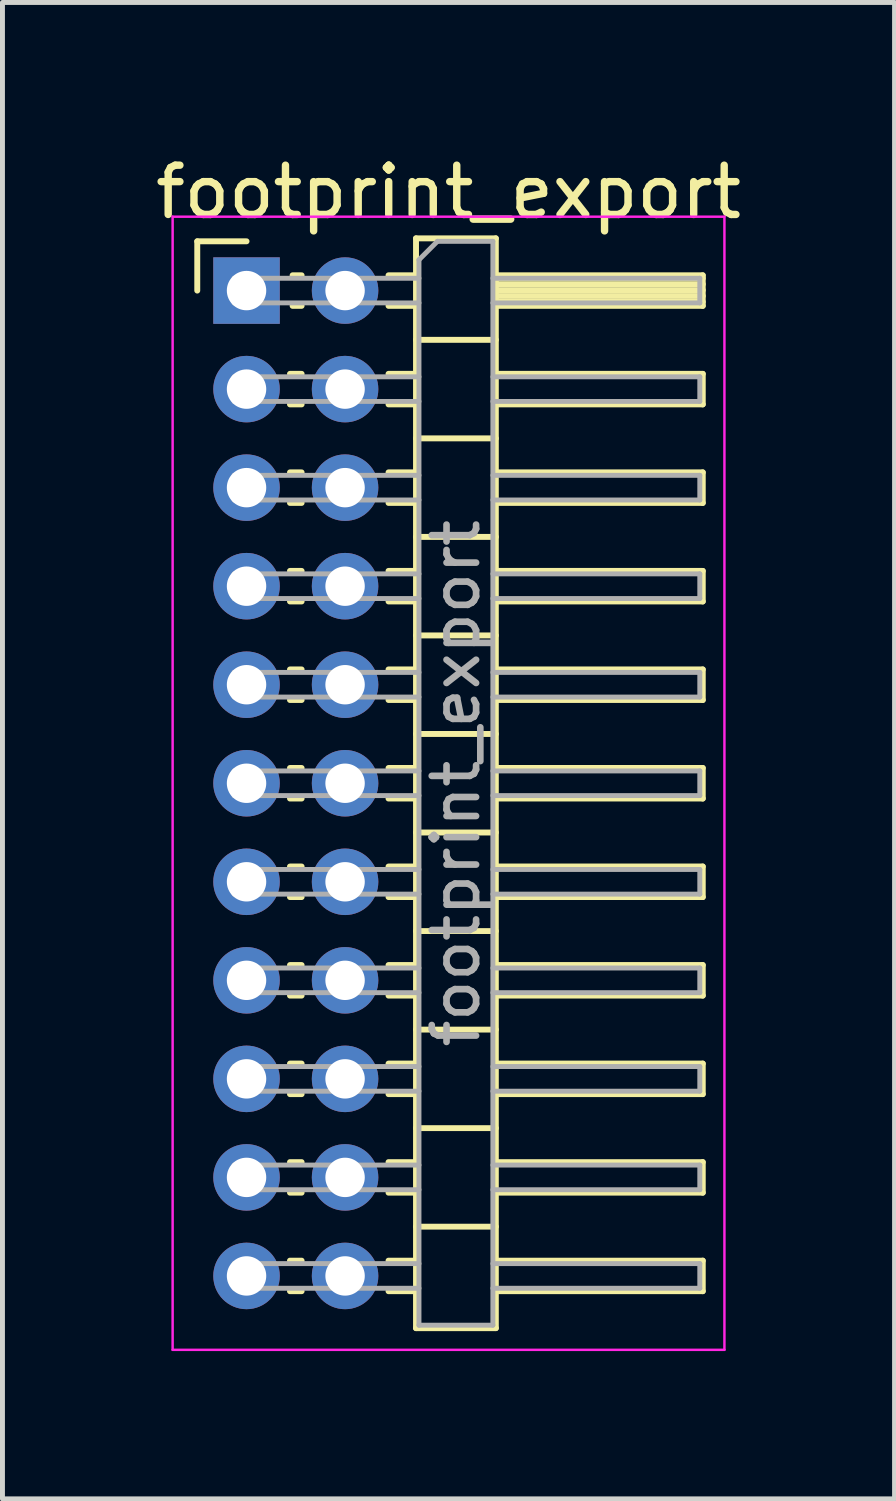
<source format=kicad_pcb>
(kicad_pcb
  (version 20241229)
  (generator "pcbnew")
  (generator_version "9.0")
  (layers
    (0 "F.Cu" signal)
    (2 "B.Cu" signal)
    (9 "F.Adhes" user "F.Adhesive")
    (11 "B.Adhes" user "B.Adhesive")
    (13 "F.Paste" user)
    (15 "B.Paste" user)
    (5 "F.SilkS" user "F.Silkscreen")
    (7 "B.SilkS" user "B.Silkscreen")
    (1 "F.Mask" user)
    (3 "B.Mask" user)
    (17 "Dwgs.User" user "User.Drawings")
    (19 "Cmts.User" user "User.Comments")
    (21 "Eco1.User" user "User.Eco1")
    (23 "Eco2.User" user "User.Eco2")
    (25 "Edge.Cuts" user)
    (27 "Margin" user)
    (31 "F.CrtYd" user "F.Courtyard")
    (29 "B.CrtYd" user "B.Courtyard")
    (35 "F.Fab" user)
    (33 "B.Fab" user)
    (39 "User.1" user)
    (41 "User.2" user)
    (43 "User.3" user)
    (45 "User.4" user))
  (footprint "footprint_export"
    (layer "F.Cu")
    (at 1.954 2.848)
    (property "Reference" "footprint_export" (at 4.1 -2 0) (layer "F.SilkS") (effects (font (size 1 1) (thickness 0.15))))
    (attr through_hole)
    (fp_line (start -1 -1) (end 0 -1) (stroke (width 0.12) (type solid)) (layer "F.SilkS"))
    (fp_line (start -1 0) (end -1 -1) (stroke (width 0.12) (type solid)) (layer "F.SilkS"))
    (fp_line (start 0.882 1.69) (end 1.118 1.69) (stroke (width 0.12) (type solid)) (layer "F.SilkS"))
    (fp_line (start 0.882 2.31) (end 1.118 2.31) (stroke (width 0.12) (type solid)) (layer "F.SilkS"))
    (fp_line (start 0.882 3.69) (end 1.118 3.69) (stroke (width 0.12) (type solid)) (layer "F.SilkS"))
    (fp_line (start 0.882 4.31) (end 1.118 4.31) (stroke (width 0.12) (type solid)) (layer "F.SilkS"))
    (fp_line (start 0.882 5.69) (end 1.118 5.69) (stroke (width 0.12) (type solid)) (layer "F.SilkS"))
    (fp_line (start 0.882 6.31) (end 1.118 6.31) (stroke (width 0.12) (type solid)) (layer "F.SilkS"))
    (fp_line (start 0.882 7.69) (end 1.118 7.69) (stroke (width 0.12) (type solid)) (layer "F.SilkS"))
    (fp_line (start 0.882 8.31) (end 1.118 8.31) (stroke (width 0.12) (type solid)) (layer "F.SilkS"))
    (fp_line (start 0.882 9.69) (end 1.118 9.69) (stroke (width 0.12) (type solid)) (layer "F.SilkS"))
    (fp_line (start 0.882 10.31) (end 1.118 10.31) (stroke (width 0.12) (type solid)) (layer "F.SilkS"))
    (fp_line (start 0.882 11.69) (end 1.118 11.69) (stroke (width 0.12) (type solid)) (layer "F.SilkS"))
    (fp_line (start 0.882 12.31) (end 1.118 12.31) (stroke (width 0.12) (type solid)) (layer "F.SilkS"))
    (fp_line (start 0.882 13.69) (end 1.118 13.69) (stroke (width 0.12) (type solid)) (layer "F.SilkS"))
    (fp_line (start 0.882 14.31) (end 1.118 14.31) (stroke (width 0.12) (type solid)) (layer "F.SilkS"))
    (fp_line (start 0.882 15.69) (end 1.118 15.69) (stroke (width 0.12) (type solid)) (layer "F.SilkS"))
    (fp_line (start 0.882 16.31) (end 1.118 16.31) (stroke (width 0.12) (type solid)) (layer "F.SilkS"))
    (fp_line (start 0.882 17.69) (end 1.118 17.69) (stroke (width 0.12) (type solid)) (layer "F.SilkS"))
    (fp_line (start 0.882 18.31) (end 1.118 18.31) (stroke (width 0.12) (type solid)) (layer "F.SilkS"))
    (fp_line (start 0.882 19.69) (end 1.118 19.69) (stroke (width 0.12) (type solid)) (layer "F.SilkS"))
    (fp_line (start 0.882 20.31) (end 1.118 20.31) (stroke (width 0.12) (type solid)) (layer "F.SilkS"))
    (fp_line (start 0.935 -0.31) (end 1.118 -0.31) (stroke (width 0.12) (type solid)) (layer "F.SilkS"))
    (fp_line (start 0.935 0.31) (end 1.118 0.31) (stroke (width 0.12) (type solid)) (layer "F.SilkS"))
    (fp_line (start 2.882 -0.31) (end 3.44 -0.31) (stroke (width 0.12) (type solid)) (layer "F.SilkS"))
    (fp_line (start 2.882 0.31) (end 3.44 0.31) (stroke (width 0.12) (type solid)) (layer "F.SilkS"))
    (fp_line (start 2.882 1.69) (end 3.44 1.69) (stroke (width 0.12) (type solid)) (layer "F.SilkS"))
    (fp_line (start 2.882 2.31) (end 3.44 2.31) (stroke (width 0.12) (type solid)) (layer "F.SilkS"))
    (fp_line (start 2.882 3.69) (end 3.44 3.69) (stroke (width 0.12) (type solid)) (layer "F.SilkS"))
    (fp_line (start 2.882 4.31) (end 3.44 4.31) (stroke (width 0.12) (type solid)) (layer "F.SilkS"))
    (fp_line (start 2.882 5.69) (end 3.44 5.69) (stroke (width 0.12) (type solid)) (layer "F.SilkS"))
    (fp_line (start 2.882 6.31) (end 3.44 6.31) (stroke (width 0.12) (type solid)) (layer "F.SilkS"))
    (fp_line (start 2.882 7.69) (end 3.44 7.69) (stroke (width 0.12) (type solid)) (layer "F.SilkS"))
    (fp_line (start 2.882 8.31) (end 3.44 8.31) (stroke (width 0.12) (type solid)) (layer "F.SilkS"))
    (fp_line (start 2.882 9.69) (end 3.44 9.69) (stroke (width 0.12) (type solid)) (layer "F.SilkS"))
    (fp_line (start 2.882 10.31) (end 3.44 10.31) (stroke (width 0.12) (type solid)) (layer "F.SilkS"))
    (fp_line (start 2.882 11.69) (end 3.44 11.69) (stroke (width 0.12) (type solid)) (layer "F.SilkS"))
    (fp_line (start 2.882 12.31) (end 3.44 12.31) (stroke (width 0.12) (type solid)) (layer "F.SilkS"))
    (fp_line (start 2.882 13.69) (end 3.44 13.69) (stroke (width 0.12) (type solid)) (layer "F.SilkS"))
    (fp_line (start 2.882 14.31) (end 3.44 14.31) (stroke (width 0.12) (type solid)) (layer "F.SilkS"))
    (fp_line (start 2.882 15.69) (end 3.44 15.69) (stroke (width 0.12) (type solid)) (layer "F.SilkS"))
    (fp_line (start 2.882 16.31) (end 3.44 16.31) (stroke (width 0.12) (type solid)) (layer "F.SilkS"))
    (fp_line (start 2.882 17.69) (end 3.44 17.69) (stroke (width 0.12) (type solid)) (layer "F.SilkS"))
    (fp_line (start 2.882 18.31) (end 3.44 18.31) (stroke (width 0.12) (type solid)) (layer "F.SilkS"))
    (fp_line (start 2.882 19.69) (end 3.44 19.69) (stroke (width 0.12) (type solid)) (layer "F.SilkS"))
    (fp_line (start 2.882 20.31) (end 3.44 20.31) (stroke (width 0.12) (type solid)) (layer "F.SilkS"))
    (fp_line (start 3.44 -1.06) (end 3.44 21.06) (stroke (width 0.12) (type solid)) (layer "F.SilkS"))
    (fp_line (start 3.44 1) (end 5.06 1) (stroke (width 0.12) (type solid)) (layer "F.SilkS"))
    (fp_line (start 3.44 3) (end 5.06 3) (stroke (width 0.12) (type solid)) (layer "F.SilkS"))
    (fp_line (start 3.44 5) (end 5.06 5) (stroke (width 0.12) (type solid)) (layer "F.SilkS"))
    (fp_line (start 3.44 7) (end 5.06 7) (stroke (width 0.12) (type solid)) (layer "F.SilkS"))
    (fp_line (start 3.44 9) (end 5.06 9) (stroke (width 0.12) (type solid)) (layer "F.SilkS"))
    (fp_line (start 3.44 11) (end 5.06 11) (stroke (width 0.12) (type solid)) (layer "F.SilkS"))
    (fp_line (start 3.44 13) (end 5.06 13) (stroke (width 0.12) (type solid)) (layer "F.SilkS"))
    (fp_line (start 3.44 15) (end 5.06 15) (stroke (width 0.12) (type solid)) (layer "F.SilkS"))
    (fp_line (start 3.44 17) (end 5.06 17) (stroke (width 0.12) (type solid)) (layer "F.SilkS"))
    (fp_line (start 3.44 19) (end 5.06 19) (stroke (width 0.12) (type solid)) (layer "F.SilkS"))
    (fp_line (start 3.44 21.06) (end 5.06 21.06) (stroke (width 0.12) (type solid)) (layer "F.SilkS"))
    (fp_line (start 5.06 -1.06) (end 3.44 -1.06) (stroke (width 0.12) (type solid)) (layer "F.SilkS"))
    (fp_line (start 5.06 -0.31) (end 9.26 -0.31) (stroke (width 0.12) (type solid)) (layer "F.SilkS"))
    (fp_line (start 5.06 -0.25) (end 9.26 -0.25) (stroke (width 0.12) (type solid)) (layer "F.SilkS"))
    (fp_line (start 5.06 -0.13) (end 9.26 -0.13) (stroke (width 0.12) (type solid)) (layer "F.SilkS"))
    (fp_line (start 5.06 -0.01) (end 9.26 -0.01) (stroke (width 0.12) (type solid)) (layer "F.SilkS"))
    (fp_line (start 5.06 0.11) (end 9.26 0.11) (stroke (width 0.12) (type solid)) (layer "F.SilkS"))
    (fp_line (start 5.06 0.23) (end 9.26 0.23) (stroke (width 0.12) (type solid)) (layer "F.SilkS"))
    (fp_line (start 5.06 1.69) (end 9.26 1.69) (stroke (width 0.12) (type solid)) (layer "F.SilkS"))
    (fp_line (start 5.06 3.69) (end 9.26 3.69) (stroke (width 0.12) (type solid)) (layer "F.SilkS"))
    (fp_line (start 5.06 5.69) (end 9.26 5.69) (stroke (width 0.12) (type solid)) (layer "F.SilkS"))
    (fp_line (start 5.06 7.69) (end 9.26 7.69) (stroke (width 0.12) (type solid)) (layer "F.SilkS"))
    (fp_line (start 5.06 9.69) (end 9.26 9.69) (stroke (width 0.12) (type solid)) (layer "F.SilkS"))
    (fp_line (start 5.06 11.69) (end 9.26 11.69) (stroke (width 0.12) (type solid)) (layer "F.SilkS"))
    (fp_line (start 5.06 13.69) (end 9.26 13.69) (stroke (width 0.12) (type solid)) (layer "F.SilkS"))
    (fp_line (start 5.06 15.69) (end 9.26 15.69) (stroke (width 0.12) (type solid)) (layer "F.SilkS"))
    (fp_line (start 5.06 17.69) (end 9.26 17.69) (stroke (width 0.12) (type solid)) (layer "F.SilkS"))
    (fp_line (start 5.06 19.69) (end 9.26 19.69) (stroke (width 0.12) (type solid)) (layer "F.SilkS"))
    (fp_line (start 5.06 21.06) (end 5.06 -1.06) (stroke (width 0.12) (type solid)) (layer "F.SilkS"))
    (fp_line (start 9.26 -0.31) (end 9.26 0.31) (stroke (width 0.12) (type solid)) (layer "F.SilkS"))
    (fp_line (start 9.26 0.31) (end 5.06 0.31) (stroke (width 0.12) (type solid)) (layer "F.SilkS"))
    (fp_line (start 9.26 1.69) (end 9.26 2.31) (stroke (width 0.12) (type solid)) (layer "F.SilkS"))
    (fp_line (start 9.26 2.31) (end 5.06 2.31) (stroke (width 0.12) (type solid)) (layer "F.SilkS"))
    (fp_line (start 9.26 3.69) (end 9.26 4.31) (stroke (width 0.12) (type solid)) (layer "F.SilkS"))
    (fp_line (start 9.26 4.31) (end 5.06 4.31) (stroke (width 0.12) (type solid)) (layer "F.SilkS"))
    (fp_line (start 9.26 5.69) (end 9.26 6.31) (stroke (width 0.12) (type solid)) (layer "F.SilkS"))
    (fp_line (start 9.26 6.31) (end 5.06 6.31) (stroke (width 0.12) (type solid)) (layer "F.SilkS"))
    (fp_line (start 9.26 7.69) (end 9.26 8.31) (stroke (width 0.12) (type solid)) (layer "F.SilkS"))
    (fp_line (start 9.26 8.31) (end 5.06 8.31) (stroke (width 0.12) (type solid)) (layer "F.SilkS"))
    (fp_line (start 9.26 9.69) (end 9.26 10.31) (stroke (width 0.12) (type solid)) (layer "F.SilkS"))
    (fp_line (start 9.26 10.31) (end 5.06 10.31) (stroke (width 0.12) (type solid)) (layer "F.SilkS"))
    (fp_line (start 9.26 11.69) (end 9.26 12.31) (stroke (width 0.12) (type solid)) (layer "F.SilkS"))
    (fp_line (start 9.26 12.31) (end 5.06 12.31) (stroke (width 0.12) (type solid)) (layer "F.SilkS"))
    (fp_line (start 9.26 13.69) (end 9.26 14.31) (stroke (width 0.12) (type solid)) (layer "F.SilkS"))
    (fp_line (start 9.26 14.31) (end 5.06 14.31) (stroke (width 0.12) (type solid)) (layer "F.SilkS"))
    (fp_line (start 9.26 15.69) (end 9.26 16.31) (stroke (width 0.12) (type solid)) (layer "F.SilkS"))
    (fp_line (start 9.26 16.31) (end 5.06 16.31) (stroke (width 0.12) (type solid)) (layer "F.SilkS"))
    (fp_line (start 9.26 17.69) (end 9.26 18.31) (stroke (width 0.12) (type solid)) (layer "F.SilkS"))
    (fp_line (start 9.26 18.31) (end 5.06 18.31) (stroke (width 0.12) (type solid)) (layer "F.SilkS"))
    (fp_line (start 9.26 19.69) (end 9.26 20.31) (stroke (width 0.12) (type solid)) (layer "F.SilkS"))
    (fp_line (start 9.26 20.31) (end 5.06 20.31) (stroke (width 0.12) (type solid)) (layer "F.SilkS"))
    (fp_line (start -1.5 -1.5) (end -1.5 21.5) (stroke (width 0.05) (type solid)) (layer "F.CrtYd"))
    (fp_line (start -1.5 21.5) (end 9.7 21.5) (stroke (width 0.05) (type solid)) (layer "F.CrtYd"))
    (fp_line (start 9.7 -1.5) (end -1.5 -1.5) (stroke (width 0.05) (type solid)) (layer "F.CrtYd"))
    (fp_line (start 9.7 21.5) (end 9.7 -1.5) (stroke (width 0.05) (type solid)) (layer "F.CrtYd"))
    (fp_line (start -0.25 -0.25) (end -0.25 0.25) (stroke (width 0.1) (type solid)) (layer "F.Fab"))
    (fp_line (start -0.25 -0.25) (end 3.5 -0.25) (stroke (width 0.1) (type solid)) (layer "F.Fab"))
    (fp_line (start -0.25 0.25) (end 3.5 0.25) (stroke (width 0.1) (type solid)) (layer "F.Fab"))
    (fp_line (start -0.25 1.75) (end -0.25 2.25) (stroke (width 0.1) (type solid)) (layer "F.Fab"))
    (fp_line (start -0.25 1.75) (end 3.5 1.75) (stroke (width 0.1) (type solid)) (layer "F.Fab"))
    (fp_line (start -0.25 2.25) (end 3.5 2.25) (stroke (width 0.1) (type solid)) (layer "F.Fab"))
    (fp_line (start -0.25 3.75) (end -0.25 4.25) (stroke (width 0.1) (type solid)) (layer "F.Fab"))
    (fp_line (start -0.25 3.75) (end 3.5 3.75) (stroke (width 0.1) (type solid)) (layer "F.Fab"))
    (fp_line (start -0.25 4.25) (end 3.5 4.25) (stroke (width 0.1) (type solid)) (layer "F.Fab"))
    (fp_line (start -0.25 5.75) (end -0.25 6.25) (stroke (width 0.1) (type solid)) (layer "F.Fab"))
    (fp_line (start -0.25 5.75) (end 3.5 5.75) (stroke (width 0.1) (type solid)) (layer "F.Fab"))
    (fp_line (start -0.25 6.25) (end 3.5 6.25) (stroke (width 0.1) (type solid)) (layer "F.Fab"))
    (fp_line (start -0.25 7.75) (end -0.25 8.25) (stroke (width 0.1) (type solid)) (layer "F.Fab"))
    (fp_line (start -0.25 7.75) (end 3.5 7.75) (stroke (width 0.1) (type solid)) (layer "F.Fab"))
    (fp_line (start -0.25 8.25) (end 3.5 8.25) (stroke (width 0.1) (type solid)) (layer "F.Fab"))
    (fp_line (start -0.25 9.75) (end -0.25 10.25) (stroke (width 0.1) (type solid)) (layer "F.Fab"))
    (fp_line (start -0.25 9.75) (end 3.5 9.75) (stroke (width 0.1) (type solid)) (layer "F.Fab"))
    (fp_line (start -0.25 10.25) (end 3.5 10.25) (stroke (width 0.1) (type solid)) (layer "F.Fab"))
    (fp_line (start -0.25 11.75) (end -0.25 12.25) (stroke (width 0.1) (type solid)) (layer "F.Fab"))
    (fp_line (start -0.25 11.75) (end 3.5 11.75) (stroke (width 0.1) (type solid)) (layer "F.Fab"))
    (fp_line (start -0.25 12.25) (end 3.5 12.25) (stroke (width 0.1) (type solid)) (layer "F.Fab"))
    (fp_line (start -0.25 13.75) (end -0.25 14.25) (stroke (width 0.1) (type solid)) (layer "F.Fab"))
    (fp_line (start -0.25 13.75) (end 3.5 13.75) (stroke (width 0.1) (type solid)) (layer "F.Fab"))
    (fp_line (start -0.25 14.25) (end 3.5 14.25) (stroke (width 0.1) (type solid)) (layer "F.Fab"))
    (fp_line (start -0.25 15.75) (end -0.25 16.25) (stroke (width 0.1) (type solid)) (layer "F.Fab"))
    (fp_line (start -0.25 15.75) (end 3.5 15.75) (stroke (width 0.1) (type solid)) (layer "F.Fab"))
    (fp_line (start -0.25 16.25) (end 3.5 16.25) (stroke (width 0.1) (type solid)) (layer "F.Fab"))
    (fp_line (start -0.25 17.75) (end -0.25 18.25) (stroke (width 0.1) (type solid)) (layer "F.Fab"))
    (fp_line (start -0.25 17.75) (end 3.5 17.75) (stroke (width 0.1) (type solid)) (layer "F.Fab"))
    (fp_line (start -0.25 18.25) (end 3.5 18.25) (stroke (width 0.1) (type solid)) (layer "F.Fab"))
    (fp_line (start -0.25 19.75) (end -0.25 20.25) (stroke (width 0.1) (type solid)) (layer "F.Fab"))
    (fp_line (start -0.25 19.75) (end 3.5 19.75) (stroke (width 0.1) (type solid)) (layer "F.Fab"))
    (fp_line (start -0.25 20.25) (end 3.5 20.25) (stroke (width 0.1) (type solid)) (layer "F.Fab"))
    (fp_line (start 3.5 -0.625) (end 3.875 -1) (stroke (width 0.1) (type solid)) (layer "F.Fab"))
    (fp_line (start 3.5 21) (end 3.5 -0.625) (stroke (width 0.1) (type solid)) (layer "F.Fab"))
    (fp_line (start 3.875 -1) (end 5 -1) (stroke (width 0.1) (type solid)) (layer "F.Fab"))
    (fp_line (start 5 -1) (end 5 21) (stroke (width 0.1) (type solid)) (layer "F.Fab"))
    (fp_line (start 5 -0.25) (end 9.2 -0.25) (stroke (width 0.1) (type solid)) (layer "F.Fab"))
    (fp_line (start 5 0.25) (end 9.2 0.25) (stroke (width 0.1) (type solid)) (layer "F.Fab"))
    (fp_line (start 5 1.75) (end 9.2 1.75) (stroke (width 0.1) (type solid)) (layer "F.Fab"))
    (fp_line (start 5 2.25) (end 9.2 2.25) (stroke (width 0.1) (type solid)) (layer "F.Fab"))
    (fp_line (start 5 3.75) (end 9.2 3.75) (stroke (width 0.1) (type solid)) (layer "F.Fab"))
    (fp_line (start 5 4.25) (end 9.2 4.25) (stroke (width 0.1) (type solid)) (layer "F.Fab"))
    (fp_line (start 5 5.75) (end 9.2 5.75) (stroke (width 0.1) (type solid)) (layer "F.Fab"))
    (fp_line (start 5 6.25) (end 9.2 6.25) (stroke (width 0.1) (type solid)) (layer "F.Fab"))
    (fp_line (start 5 7.75) (end 9.2 7.75) (stroke (width 0.1) (type solid)) (layer "F.Fab"))
    (fp_line (start 5 8.25) (end 9.2 8.25) (stroke (width 0.1) (type solid)) (layer "F.Fab"))
    (fp_line (start 5 9.75) (end 9.2 9.75) (stroke (width 0.1) (type solid)) (layer "F.Fab"))
    (fp_line (start 5 10.25) (end 9.2 10.25) (stroke (width 0.1) (type solid)) (layer "F.Fab"))
    (fp_line (start 5 11.75) (end 9.2 11.75) (stroke (width 0.1) (type solid)) (layer "F.Fab"))
    (fp_line (start 5 12.25) (end 9.2 12.25) (stroke (width 0.1) (type solid)) (layer "F.Fab"))
    (fp_line (start 5 13.75) (end 9.2 13.75) (stroke (width 0.1) (type solid)) (layer "F.Fab"))
    (fp_line (start 5 14.25) (end 9.2 14.25) (stroke (width 0.1) (type solid)) (layer "F.Fab"))
    (fp_line (start 5 15.75) (end 9.2 15.75) (stroke (width 0.1) (type solid)) (layer "F.Fab"))
    (fp_line (start 5 16.25) (end 9.2 16.25) (stroke (width 0.1) (type solid)) (layer "F.Fab"))
    (fp_line (start 5 17.75) (end 9.2 17.75) (stroke (width 0.1) (type solid)) (layer "F.Fab"))
    (fp_line (start 5 18.25) (end 9.2 18.25) (stroke (width 0.1) (type solid)) (layer "F.Fab"))
    (fp_line (start 5 19.75) (end 9.2 19.75) (stroke (width 0.1) (type solid)) (layer "F.Fab"))
    (fp_line (start 5 20.25) (end 9.2 20.25) (stroke (width 0.1) (type solid)) (layer "F.Fab"))
    (fp_line (start 5 21) (end 3.5 21) (stroke (width 0.1) (type solid)) (layer "F.Fab"))
    (fp_line (start 9.2 -0.25) (end 9.2 0.25) (stroke (width 0.1) (type solid)) (layer "F.Fab"))
    (fp_line (start 9.2 1.75) (end 9.2 2.25) (stroke (width 0.1) (type solid)) (layer "F.Fab"))
    (fp_line (start 9.2 3.75) (end 9.2 4.25) (stroke (width 0.1) (type solid)) (layer "F.Fab"))
    (fp_line (start 9.2 5.75) (end 9.2 6.25) (stroke (width 0.1) (type solid)) (layer "F.Fab"))
    (fp_line (start 9.2 7.75) (end 9.2 8.25) (stroke (width 0.1) (type solid)) (layer "F.Fab"))
    (fp_line (start 9.2 9.75) (end 9.2 10.25) (stroke (width 0.1) (type solid)) (layer "F.Fab"))
    (fp_line (start 9.2 11.75) (end 9.2 12.25) (stroke (width 0.1) (type solid)) (layer "F.Fab"))
    (fp_line (start 9.2 13.75) (end 9.2 14.25) (stroke (width 0.1) (type solid)) (layer "F.Fab"))
    (fp_line (start 9.2 15.75) (end 9.2 16.25) (stroke (width 0.1) (type solid)) (layer "F.Fab"))
    (fp_line (start 9.2 17.75) (end 9.2 18.25) (stroke (width 0.1) (type solid)) (layer "F.Fab"))
    (fp_line (start 9.2 19.75) (end 9.2 20.25) (stroke (width 0.1) (type solid)) (layer "F.Fab"))
    (fp_text user "${REFERENCE}" (at 4.25 10 90) (layer "F.Fab") (effects (font (size 0.9 0.9) (thickness 0.135))))
    (pad "1" thru_hole rect (at 0 0) (size 1.35 1.35) (drill 0.8) (layers "*.Cu" "*.Mask"))
    (pad "2" thru_hole oval (at 2 0) (size 1.35 1.35) (drill 0.8) (layers "*.Cu" "*.Mask"))
    (pad "3" thru_hole oval (at 0 2) (size 1.35 1.35) (drill 0.8) (layers "*.Cu" "*.Mask"))
    (pad "4" thru_hole oval (at 2 2) (size 1.35 1.35) (drill 0.8) (layers "*.Cu" "*.Mask"))
    (pad "5" thru_hole oval (at 0 4) (size 1.35 1.35) (drill 0.8) (layers "*.Cu" "*.Mask"))
    (pad "6" thru_hole oval (at 2 4) (size 1.35 1.35) (drill 0.8) (layers "*.Cu" "*.Mask"))
    (pad "7" thru_hole oval (at 0 6) (size 1.35 1.35) (drill 0.8) (layers "*.Cu" "*.Mask"))
    (pad "8" thru_hole oval (at 2 6) (size 1.35 1.35) (drill 0.8) (layers "*.Cu" "*.Mask"))
    (pad "9" thru_hole oval (at 0 8) (size 1.35 1.35) (drill 0.8) (layers "*.Cu" "*.Mask"))
    (pad "10" thru_hole oval (at 2 8) (size 1.35 1.35) (drill 0.8) (layers "*.Cu" "*.Mask"))
    (pad "11" thru_hole oval (at 0 10) (size 1.35 1.35) (drill 0.8) (layers "*.Cu" "*.Mask"))
    (pad "12" thru_hole oval (at 2 10) (size 1.35 1.35) (drill 0.8) (layers "*.Cu" "*.Mask"))
    (pad "13" thru_hole oval (at 0 12) (size 1.35 1.35) (drill 0.8) (layers "*.Cu" "*.Mask"))
    (pad "14" thru_hole oval (at 2 12) (size 1.35 1.35) (drill 0.8) (layers "*.Cu" "*.Mask"))
    (pad "15" thru_hole oval (at 0 14) (size 1.35 1.35) (drill 0.8) (layers "*.Cu" "*.Mask"))
    (pad "16" thru_hole oval (at 2 14) (size 1.35 1.35) (drill 0.8) (layers "*.Cu" "*.Mask"))
    (pad "17" thru_hole oval (at 0 16) (size 1.35 1.35) (drill 0.8) (layers "*.Cu" "*.Mask"))
    (pad "18" thru_hole oval (at 2 16) (size 1.35 1.35) (drill 0.8) (layers "*.Cu" "*.Mask"))
    (pad "19" thru_hole oval (at 0 18) (size 1.35 1.35) (drill 0.8) (layers "*.Cu" "*.Mask"))
    (pad "20" thru_hole oval (at 2 18) (size 1.35 1.35) (drill 0.8) (layers "*.Cu" "*.Mask"))
    (pad "21" thru_hole oval (at 0 20) (size 1.35 1.35) (drill 0.8) (layers "*.Cu" "*.Mask"))
    (pad "22" thru_hole oval (at 2 20) (size 1.35 1.35) (drill 0.8) (layers "*.Cu" "*.Mask")))
  (gr_rect
    (start -3 -3)
    (end 15.107 27.373)
    (stroke (width 0.1) (type default))
    (fill no)
    (layer "Edge.Cuts")))
</source>
